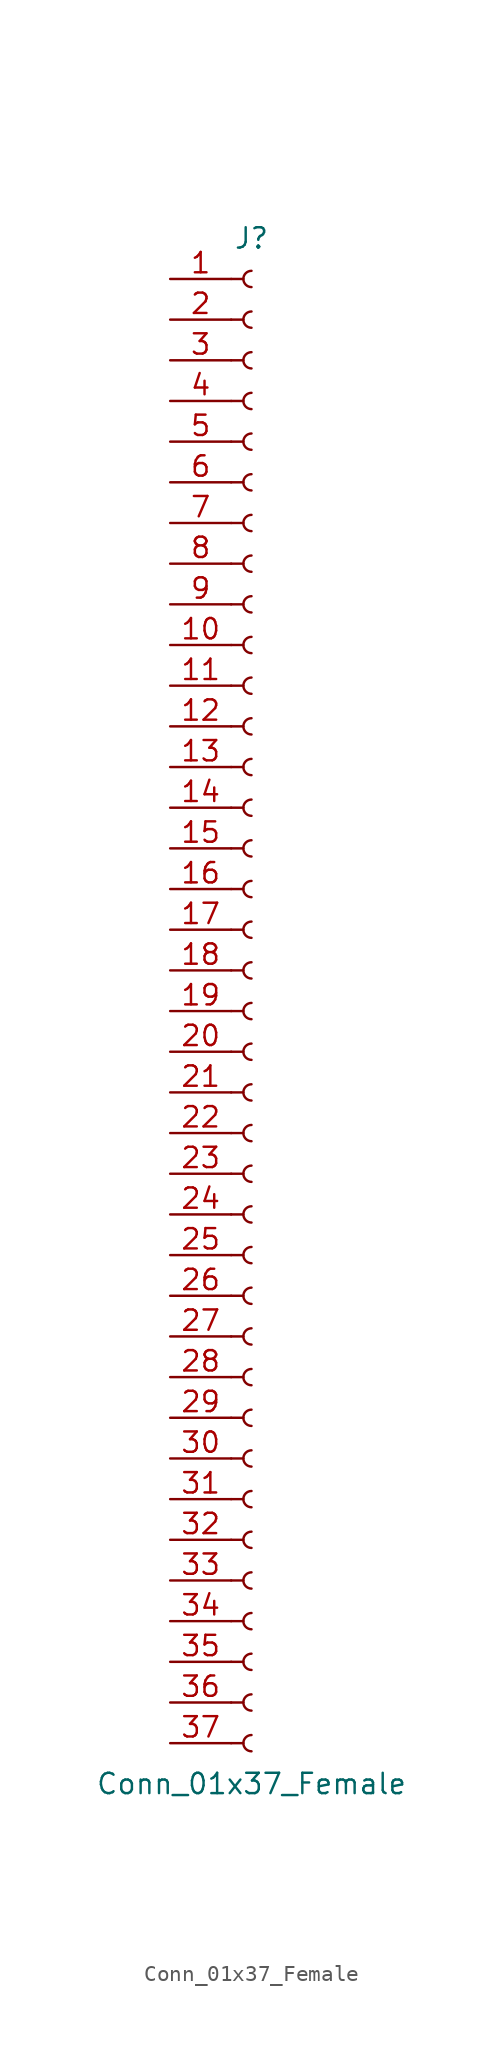
<source format=kicad_sym>
(kicad_symbol_lib
  (version 20211014)
  (generator kicad_symbol_editor)
  (symbol "Conn_01x37_Female"
    (pin_names
      (offset 1.016) hide)
    (property "Reference" "J"
      (at 0 48.26 0)
      (effects (font (size 1.27 1.27))))
    (property "Value" "Conn_01x37_Female"
      (at 0 -48.26 0)
      (effects (font (size 1.27 1.27))))
    (symbol "Conn_01x37_Female_1_1"
      (arc (start 0 -45.212) (mid -0.508 -45.72) (end 0 -46.228) (stroke (width 0.1524) (type default) (color 0 0 0 0)) (fill (type none)))
      (arc (start 0 -42.672) (mid -0.508 -43.18) (end 0 -43.688) (stroke (width 0.1524) (type default) (color 0 0 0 0)) (fill (type none)))
      (arc (start 0 -40.132) (mid -0.508 -40.64) (end 0 -41.148) (stroke (width 0.1524) (type default) (color 0 0 0 0)) (fill (type none)))
      (arc (start 0 -37.592) (mid -0.508 -38.1) (end 0 -38.608) (stroke (width 0.1524) (type default) (color 0 0 0 0)) (fill (type none)))
      (arc (start 0 -35.052) (mid -0.508 -35.56) (end 0 -36.068) (stroke (width 0.1524) (type default) (color 0 0 0 0)) (fill (type none)))
      (arc (start 0 -32.512) (mid -0.508 -33.02) (end 0 -33.528) (stroke (width 0.1524) (type default) (color 0 0 0 0)) (fill (type none)))
      (arc (start 0 -29.972) (mid -0.508 -30.48) (end 0 -30.988) (stroke (width 0.1524) (type default) (color 0 0 0 0)) (fill (type none)))
      (arc (start 0 -27.432) (mid -0.508 -27.94) (end 0 -28.448) (stroke (width 0.1524) (type default) (color 0 0 0 0)) (fill (type none)))
      (arc (start 0 -24.892) (mid -0.508 -25.4) (end 0 -25.908) (stroke (width 0.1524) (type default) (color 0 0 0 0)) (fill (type none)))
      (arc (start 0 -22.352) (mid -0.508 -22.86) (end 0 -23.368) (stroke (width 0.1524) (type default) (color 0 0 0 0)) (fill (type none)))
      (arc (start 0 -19.812) (mid -0.508 -20.32) (end 0 -20.828) (stroke (width 0.1524) (type default) (color 0 0 0 0)) (fill (type none)))
      (arc (start 0 -17.272) (mid -0.508 -17.78) (end 0 -18.288) (stroke (width 0.1524) (type default) (color 0 0 0 0)) (fill (type none)))
      (arc (start 0 -14.732) (mid -0.508 -15.24) (end 0 -15.748) (stroke (width 0.1524) (type default) (color 0 0 0 0)) (fill (type none)))
      (arc (start 0 -12.192) (mid -0.508 -12.7) (end 0 -13.208) (stroke (width 0.1524) (type default) (color 0 0 0 0)) (fill (type none)))
      (arc (start 0 -9.652) (mid -0.508 -10.16) (end 0 -10.668) (stroke (width 0.1524) (type default) (color 0 0 0 0)) (fill (type none)))
      (arc (start 0 -7.112) (mid -0.508 -7.62) (end 0 -8.128) (stroke (width 0.1524) (type default) (color 0 0 0 0)) (fill (type none)))
      (arc (start 0 -4.572) (mid -0.508 -5.08) (end 0 -5.588) (stroke (width 0.1524) (type default) (color 0 0 0 0)) (fill (type none)))
      (arc (start 0 -2.032) (mid -0.508 -2.54) (end 0 -3.048) (stroke (width 0.1524) (type default) (color 0 0 0 0)) (fill (type none)))
      (polyline (pts (xy -1.27 -45.72) (xy -0.508 -45.72)) (stroke (width 0.152) (type default) (color 0 0 0 0)) (fill (type none)))
      (polyline (pts (xy -1.27 -43.18) (xy -0.508 -43.18)) (stroke (width 0.152) (type default) (color 0 0 0 0)) (fill (type none)))
      (polyline (pts (xy -1.27 -40.64) (xy -0.508 -40.64)) (stroke (width 0.152) (type default) (color 0 0 0 0)) (fill (type none)))
      (polyline (pts (xy -1.27 -38.1) (xy -0.508 -38.1)) (stroke (width 0.152) (type default) (color 0 0 0 0)) (fill (type none)))
      (polyline (pts (xy -1.27 -35.56) (xy -0.508 -35.56)) (stroke (width 0.152) (type default) (color 0 0 0 0)) (fill (type none)))
      (polyline (pts (xy -1.27 -33.02) (xy -0.508 -33.02)) (stroke (width 0.152) (type default) (color 0 0 0 0)) (fill (type none)))
      (polyline (pts (xy -1.27 -30.48) (xy -0.508 -30.48)) (stroke (width 0.152) (type default) (color 0 0 0 0)) (fill (type none)))
      (polyline (pts (xy -1.27 -27.94) (xy -0.508 -27.94)) (stroke (width 0.152) (type default) (color 0 0 0 0)) (fill (type none)))
      (polyline (pts (xy -1.27 -25.4) (xy -0.508 -25.4)) (stroke (width 0.152) (type default) (color 0 0 0 0)) (fill (type none)))
      (polyline (pts (xy -1.27 -22.86) (xy -0.508 -22.86)) (stroke (width 0.152) (type default) (color 0 0 0 0)) (fill (type none)))
      (polyline (pts (xy -1.27 -20.32) (xy -0.508 -20.32)) (stroke (width 0.152) (type default) (color 0 0 0 0)) (fill (type none)))
      (polyline (pts (xy -1.27 -17.78) (xy -0.508 -17.78)) (stroke (width 0.152) (type default) (color 0 0 0 0)) (fill (type none)))
      (polyline (pts (xy -1.27 -15.24) (xy -0.508 -15.24)) (stroke (width 0.152) (type default) (color 0 0 0 0)) (fill (type none)))
      (polyline (pts (xy -1.27 -12.7) (xy -0.508 -12.7)) (stroke (width 0.152) (type default) (color 0 0 0 0)) (fill (type none)))
      (polyline (pts (xy -1.27 -10.16) (xy -0.508 -10.16)) (stroke (width 0.152) (type default) (color 0 0 0 0)) (fill (type none)))
      (polyline (pts (xy -1.27 -7.62) (xy -0.508 -7.62)) (stroke (width 0.152) (type default) (color 0 0 0 0)) (fill (type none)))
      (polyline (pts (xy -1.27 -5.08) (xy -0.508 -5.08)) (stroke (width 0.152) (type default) (color 0 0 0 0)) (fill (type none)))
      (polyline (pts (xy -1.27 -2.54) (xy -0.508 -2.54)) (stroke (width 0.152) (type default) (color 0 0 0 0)) (fill (type none)))
      (polyline (pts (xy -1.27 0) (xy -0.508 0)) (stroke (width 0.152) (type default) (color 0 0 0 0)) (fill (type none)))
      (polyline (pts (xy -1.27 2.54) (xy -0.508 2.54)) (stroke (width 0.152) (type default) (color 0 0 0 0)) (fill (type none)))
      (polyline (pts (xy -1.27 5.08) (xy -0.508 5.08)) (stroke (width 0.152) (type default) (color 0 0 0 0)) (fill (type none)))
      (polyline (pts (xy -1.27 7.62) (xy -0.508 7.62)) (stroke (width 0.152) (type default) (color 0 0 0 0)) (fill (type none)))
      (polyline (pts (xy -1.27 10.16) (xy -0.508 10.16)) (stroke (width 0.152) (type default) (color 0 0 0 0)) (fill (type none)))
      (polyline (pts (xy -1.27 12.7) (xy -0.508 12.7)) (stroke (width 0.152) (type default) (color 0 0 0 0)) (fill (type none)))
      (polyline (pts (xy -1.27 15.24) (xy -0.508 15.24)) (stroke (width 0.152) (type default) (color 0 0 0 0)) (fill (type none)))
      (polyline (pts (xy -1.27 17.78) (xy -0.508 17.78)) (stroke (width 0.152) (type default) (color 0 0 0 0)) (fill (type none)))
      (polyline (pts (xy -1.27 20.32) (xy -0.508 20.32)) (stroke (width 0.152) (type default) (color 0 0 0 0)) (fill (type none)))
      (polyline (pts (xy -1.27 22.86) (xy -0.508 22.86)) (stroke (width 0.152) (type default) (color 0 0 0 0)) (fill (type none)))
      (polyline (pts (xy -1.27 25.4) (xy -0.508 25.4)) (stroke (width 0.152) (type default) (color 0 0 0 0)) (fill (type none)))
      (polyline (pts (xy -1.27 27.94) (xy -0.508 27.94)) (stroke (width 0.152) (type default) (color 0 0 0 0)) (fill (type none)))
      (polyline (pts (xy -1.27 30.48) (xy -0.508 30.48)) (stroke (width 0.152) (type default) (color 0 0 0 0)) (fill (type none)))
      (polyline (pts (xy -1.27 33.02) (xy -0.508 33.02)) (stroke (width 0.152) (type default) (color 0 0 0 0)) (fill (type none)))
      (polyline (pts (xy -1.27 35.56) (xy -0.508 35.56)) (stroke (width 0.152) (type default) (color 0 0 0 0)) (fill (type none)))
      (polyline (pts (xy -1.27 38.1) (xy -0.508 38.1)) (stroke (width 0.152) (type default) (color 0 0 0 0)) (fill (type none)))
      (polyline (pts (xy -1.27 40.64) (xy -0.508 40.64)) (stroke (width 0.152) (type default) (color 0 0 0 0)) (fill (type none)))
      (polyline (pts (xy -1.27 43.18) (xy -0.508 43.18)) (stroke (width 0.152) (type default) (color 0 0 0 0)) (fill (type none)))
      (polyline (pts (xy -1.27 45.72) (xy -0.508 45.72)) (stroke (width 0.152) (type default) (color 0 0 0 0)) (fill (type none)))
      (arc (start 0 0.508) (mid -0.508 0) (end 0 -0.508) (stroke (width 0.1524) (type default) (color 0 0 0 0)) (fill (type none)))
      (arc (start 0 3.048) (mid -0.508 2.54) (end 0 2.032) (stroke (width 0.1524) (type default) (color 0 0 0 0)) (fill (type none)))
      (arc (start 0 5.588) (mid -0.508 5.08) (end 0 4.572) (stroke (width 0.1524) (type default) (color 0 0 0 0)) (fill (type none)))
      (arc (start 0 8.128) (mid -0.508 7.62) (end 0 7.112) (stroke (width 0.1524) (type default) (color 0 0 0 0)) (fill (type none)))
      (arc (start 0 10.668) (mid -0.508 10.16) (end 0 9.652) (stroke (width 0.1524) (type default) (color 0 0 0 0)) (fill (type none)))
      (arc (start 0 13.208) (mid -0.508 12.7) (end 0 12.192) (stroke (width 0.1524) (type default) (color 0 0 0 0)) (fill (type none)))
      (arc (start 0 15.748) (mid -0.508 15.24) (end 0 14.732) (stroke (width 0.1524) (type default) (color 0 0 0 0)) (fill (type none)))
      (arc (start 0 18.288) (mid -0.508 17.78) (end 0 17.272) (stroke (width 0.1524) (type default) (color 0 0 0 0)) (fill (type none)))
      (arc (start 0 20.828) (mid -0.508 20.32) (end 0 19.812) (stroke (width 0.1524) (type default) (color 0 0 0 0)) (fill (type none)))
      (arc (start 0 23.368) (mid -0.508 22.86) (end 0 22.352) (stroke (width 0.1524) (type default) (color 0 0 0 0)) (fill (type none)))
      (arc (start 0 25.908) (mid -0.508 25.4) (end 0 24.892) (stroke (width 0.1524) (type default) (color 0 0 0 0)) (fill (type none)))
      (arc (start 0 28.448) (mid -0.508 27.94) (end 0 27.432) (stroke (width 0.1524) (type default) (color 0 0 0 0)) (fill (type none)))
      (arc (start 0 30.988) (mid -0.508 30.48) (end 0 29.972) (stroke (width 0.1524) (type default) (color 0 0 0 0)) (fill (type none)))
      (arc (start 0 33.528) (mid -0.508 33.02) (end 0 32.512) (stroke (width 0.1524) (type default) (color 0 0 0 0)) (fill (type none)))
      (arc (start 0 36.068) (mid -0.508 35.56) (end 0 35.052) (stroke (width 0.1524) (type default) (color 0 0 0 0)) (fill (type none)))
      (arc (start 0 38.608) (mid -0.508 38.1) (end 0 37.592) (stroke (width 0.1524) (type default) (color 0 0 0 0)) (fill (type none)))
      (arc (start 0 41.148) (mid -0.508 40.64) (end 0 40.132) (stroke (width 0.1524) (type default) (color 0 0 0 0)) (fill (type none)))
      (arc (start 0 43.688) (mid -0.508 43.18) (end 0 42.672) (stroke (width 0.1524) (type default) (color 0 0 0 0)) (fill (type none)))
      (arc (start 0 46.228) (mid -0.508 45.72) (end 0 45.212) (stroke (width 0.1524) (type default) (color 0 0 0 0)) (fill (type none)))
      (pin passive line (at -5.08 45.72 0) (length 3.81) (name "Pin_1" (effects (font (size 1.27 1.27)))) (number "1" (effects (font (size 1.27 1.27)))))
      (pin passive line (at -5.08 22.86 0) (length 3.81) (name "Pin_10" (effects (font (size 1.27 1.27)))) (number "10" (effects (font (size 1.27 1.27)))))
      (pin passive line (at -5.08 20.32 0) (length 3.81) (name "Pin_11" (effects (font (size 1.27 1.27)))) (number "11" (effects (font (size 1.27 1.27)))))
      (pin passive line (at -5.08 17.78 0) (length 3.81) (name "Pin_12" (effects (font (size 1.27 1.27)))) (number "12" (effects (font (size 1.27 1.27)))))
      (pin passive line (at -5.08 15.24 0) (length 3.81) (name "Pin_13" (effects (font (size 1.27 1.27)))) (number "13" (effects (font (size 1.27 1.27)))))
      (pin passive line (at -5.08 12.7 0) (length 3.81) (name "Pin_14" (effects (font (size 1.27 1.27)))) (number "14" (effects (font (size 1.27 1.27)))))
      (pin passive line (at -5.08 10.16 0) (length 3.81) (name "Pin_15" (effects (font (size 1.27 1.27)))) (number "15" (effects (font (size 1.27 1.27)))))
      (pin passive line (at -5.08 7.62 0) (length 3.81) (name "Pin_16" (effects (font (size 1.27 1.27)))) (number "16" (effects (font (size 1.27 1.27)))))
      (pin passive line (at -5.08 5.08 0) (length 3.81) (name "Pin_17" (effects (font (size 1.27 1.27)))) (number "17" (effects (font (size 1.27 1.27)))))
      (pin passive line (at -5.08 2.54 0) (length 3.81) (name "Pin_18" (effects (font (size 1.27 1.27)))) (number "18" (effects (font (size 1.27 1.27)))))
      (pin passive line (at -5.08 0 0) (length 3.81) (name "Pin_19" (effects (font (size 1.27 1.27)))) (number "19" (effects (font (size 1.27 1.27)))))
      (pin passive line (at -5.08 43.18 0) (length 3.81) (name "Pin_2" (effects (font (size 1.27 1.27)))) (number "2" (effects (font (size 1.27 1.27)))))
      (pin passive line (at -5.08 -2.54 0) (length 3.81) (name "Pin_20" (effects (font (size 1.27 1.27)))) (number "20" (effects (font (size 1.27 1.27)))))
      (pin passive line (at -5.08 -5.08 0) (length 3.81) (name "Pin_21" (effects (font (size 1.27 1.27)))) (number "21" (effects (font (size 1.27 1.27)))))
      (pin passive line (at -5.08 -7.62 0) (length 3.81) (name "Pin_22" (effects (font (size 1.27 1.27)))) (number "22" (effects (font (size 1.27 1.27)))))
      (pin passive line (at -5.08 -10.16 0) (length 3.81) (name "Pin_23" (effects (font (size 1.27 1.27)))) (number "23" (effects (font (size 1.27 1.27)))))
      (pin passive line (at -5.08 -12.7 0) (length 3.81) (name "Pin_24" (effects (font (size 1.27 1.27)))) (number "24" (effects (font (size 1.27 1.27)))))
      (pin passive line (at -5.08 -15.24 0) (length 3.81) (name "Pin_25" (effects (font (size 1.27 1.27)))) (number "25" (effects (font (size 1.27 1.27)))))
      (pin passive line (at -5.08 -17.78 0) (length 3.81) (name "Pin_26" (effects (font (size 1.27 1.27)))) (number "26" (effects (font (size 1.27 1.27)))))
      (pin passive line (at -5.08 -20.32 0) (length 3.81) (name "Pin_27" (effects (font (size 1.27 1.27)))) (number "27" (effects (font (size 1.27 1.27)))))
      (pin passive line (at -5.08 -22.86 0) (length 3.81) (name "Pin_28" (effects (font (size 1.27 1.27)))) (number "28" (effects (font (size 1.27 1.27)))))
      (pin passive line (at -5.08 -25.4 0) (length 3.81) (name "Pin_29" (effects (font (size 1.27 1.27)))) (number "29" (effects (font (size 1.27 1.27)))))
      (pin passive line (at -5.08 40.64 0) (length 3.81) (name "Pin_3" (effects (font (size 1.27 1.27)))) (number "3" (effects (font (size 1.27 1.27)))))
      (pin passive line (at -5.08 -27.94 0) (length 3.81) (name "Pin_30" (effects (font (size 1.27 1.27)))) (number "30" (effects (font (size 1.27 1.27)))))
      (pin passive line (at -5.08 -30.48 0) (length 3.81) (name "Pin_31" (effects (font (size 1.27 1.27)))) (number "31" (effects (font (size 1.27 1.27)))))
      (pin passive line (at -5.08 -33.02 0) (length 3.81) (name "Pin_32" (effects (font (size 1.27 1.27)))) (number "32" (effects (font (size 1.27 1.27)))))
      (pin passive line (at -5.08 -35.56 0) (length 3.81) (name "Pin_33" (effects (font (size 1.27 1.27)))) (number "33" (effects (font (size 1.27 1.27)))))
      (pin passive line (at -5.08 -38.1 0) (length 3.81) (name "Pin_34" (effects (font (size 1.27 1.27)))) (number "34" (effects (font (size 1.27 1.27)))))
      (pin passive line (at -5.08 -40.64 0) (length 3.81) (name "Pin_35" (effects (font (size 1.27 1.27)))) (number "35" (effects (font (size 1.27 1.27)))))
      (pin passive line (at -5.08 -43.18 0) (length 3.81) (name "Pin_36" (effects (font (size 1.27 1.27)))) (number "36" (effects (font (size 1.27 1.27)))))
      (pin passive line (at -5.08 -45.72 0) (length 3.81) (name "Pin_37" (effects (font (size 1.27 1.27)))) (number "37" (effects (font (size 1.27 1.27)))))
      (pin passive line (at -5.08 38.1 0) (length 3.81) (name "Pin_4" (effects (font (size 1.27 1.27)))) (number "4" (effects (font (size 1.27 1.27)))))
      (pin passive line (at -5.08 35.56 0) (length 3.81) (name "Pin_5" (effects (font (size 1.27 1.27)))) (number "5" (effects (font (size 1.27 1.27)))))
      (pin passive line (at -5.08 33.02 0) (length 3.81) (name "Pin_6" (effects (font (size 1.27 1.27)))) (number "6" (effects (font (size 1.27 1.27)))))
      (pin passive line (at -5.08 30.48 0) (length 3.81) (name "Pin_7" (effects (font (size 1.27 1.27)))) (number "7" (effects (font (size 1.27 1.27)))))
      (pin passive line (at -5.08 27.94 0) (length 3.81) (name "Pin_8" (effects (font (size 1.27 1.27)))) (number "8" (effects (font (size 1.27 1.27)))))
      (pin passive line (at -5.08 25.4 0) (length 3.81) (name "Pin_9" (effects (font (size 1.27 1.27)))) (number "9" (effects (font (size 1.27 1.27))))))))
</source>
